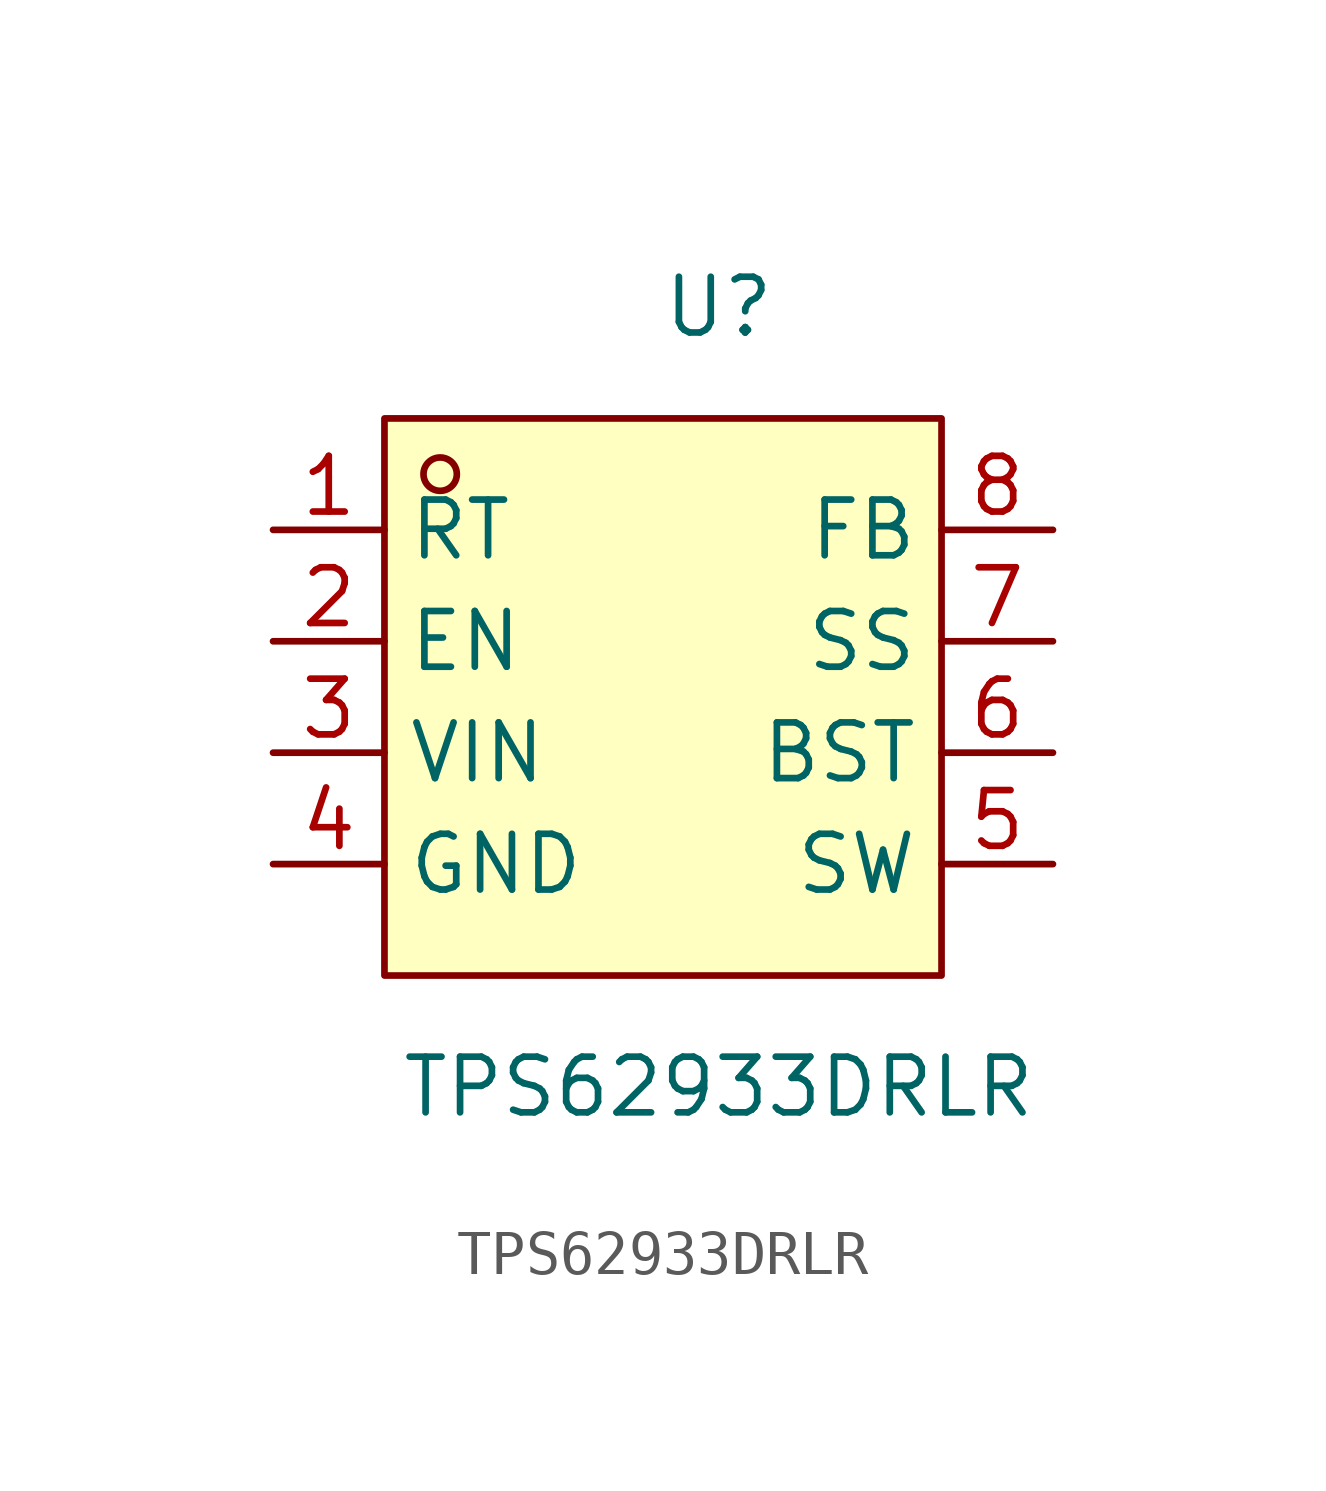
<source format=kicad_sym>
(kicad_symbol_lib
  (version 20231120)
  (generator "kicad_symbol_editor")
  (generator_version "8.0")
  (symbol "TPS62933DRLR"
    (property "Reference" "U"
      (at 0 10.16 0)
      (effects (font (size 1.27 1.27))))
    (property "Value" "TPS62933DRLR"
      (at 0 -7.62 0)
      (effects (font (size 1.27 1.27))))
    (symbol "TPS62933DRLR_0_1"
      (rectangle (start -7.62 7.62) (end 5.08 -5.08) (stroke (width 0) (type default)) (fill (type background)))
      (circle (center -6.35 6.35) (radius 0.38) (stroke (width 0) (type default)) (fill (type none)))
      (pin unspecified line (at -10.16 5.08 0) (length 2.54) (name "RT" (effects (font (size 1.27 1.27)))) (number "1" (effects (font (size 1.27 1.27)))))
      (pin unspecified line (at -10.16 2.54 0) (length 2.54) (name "EN" (effects (font (size 1.27 1.27)))) (number "2" (effects (font (size 1.27 1.27)))))
      (pin unspecified line (at -10.16 0 0) (length 2.54) (name "VIN" (effects (font (size 1.27 1.27)))) (number "3" (effects (font (size 1.27 1.27)))))
      (pin unspecified line (at -10.16 -2.54 0) (length 2.54) (name "GND" (effects (font (size 1.27 1.27)))) (number "4" (effects (font (size 1.27 1.27)))))
      (pin unspecified line (at 7.62 -2.54 180) (length 2.54) (name "SW" (effects (font (size 1.27 1.27)))) (number "5" (effects (font (size 1.27 1.27)))))
      (pin unspecified line (at 7.62 0 180) (length 2.54) (name "BST" (effects (font (size 1.27 1.27)))) (number "6" (effects (font (size 1.27 1.27)))))
      (pin unspecified line (at 7.62 2.54 180) (length 2.54) (name "SS" (effects (font (size 1.27 1.27)))) (number "7" (effects (font (size 1.27 1.27)))))
      (pin unspecified line (at 7.62 5.08 180) (length 2.54) (name "FB" (effects (font (size 1.27 1.27)))) (number "8" (effects (font (size 1.27 1.27))))))))
</source>
